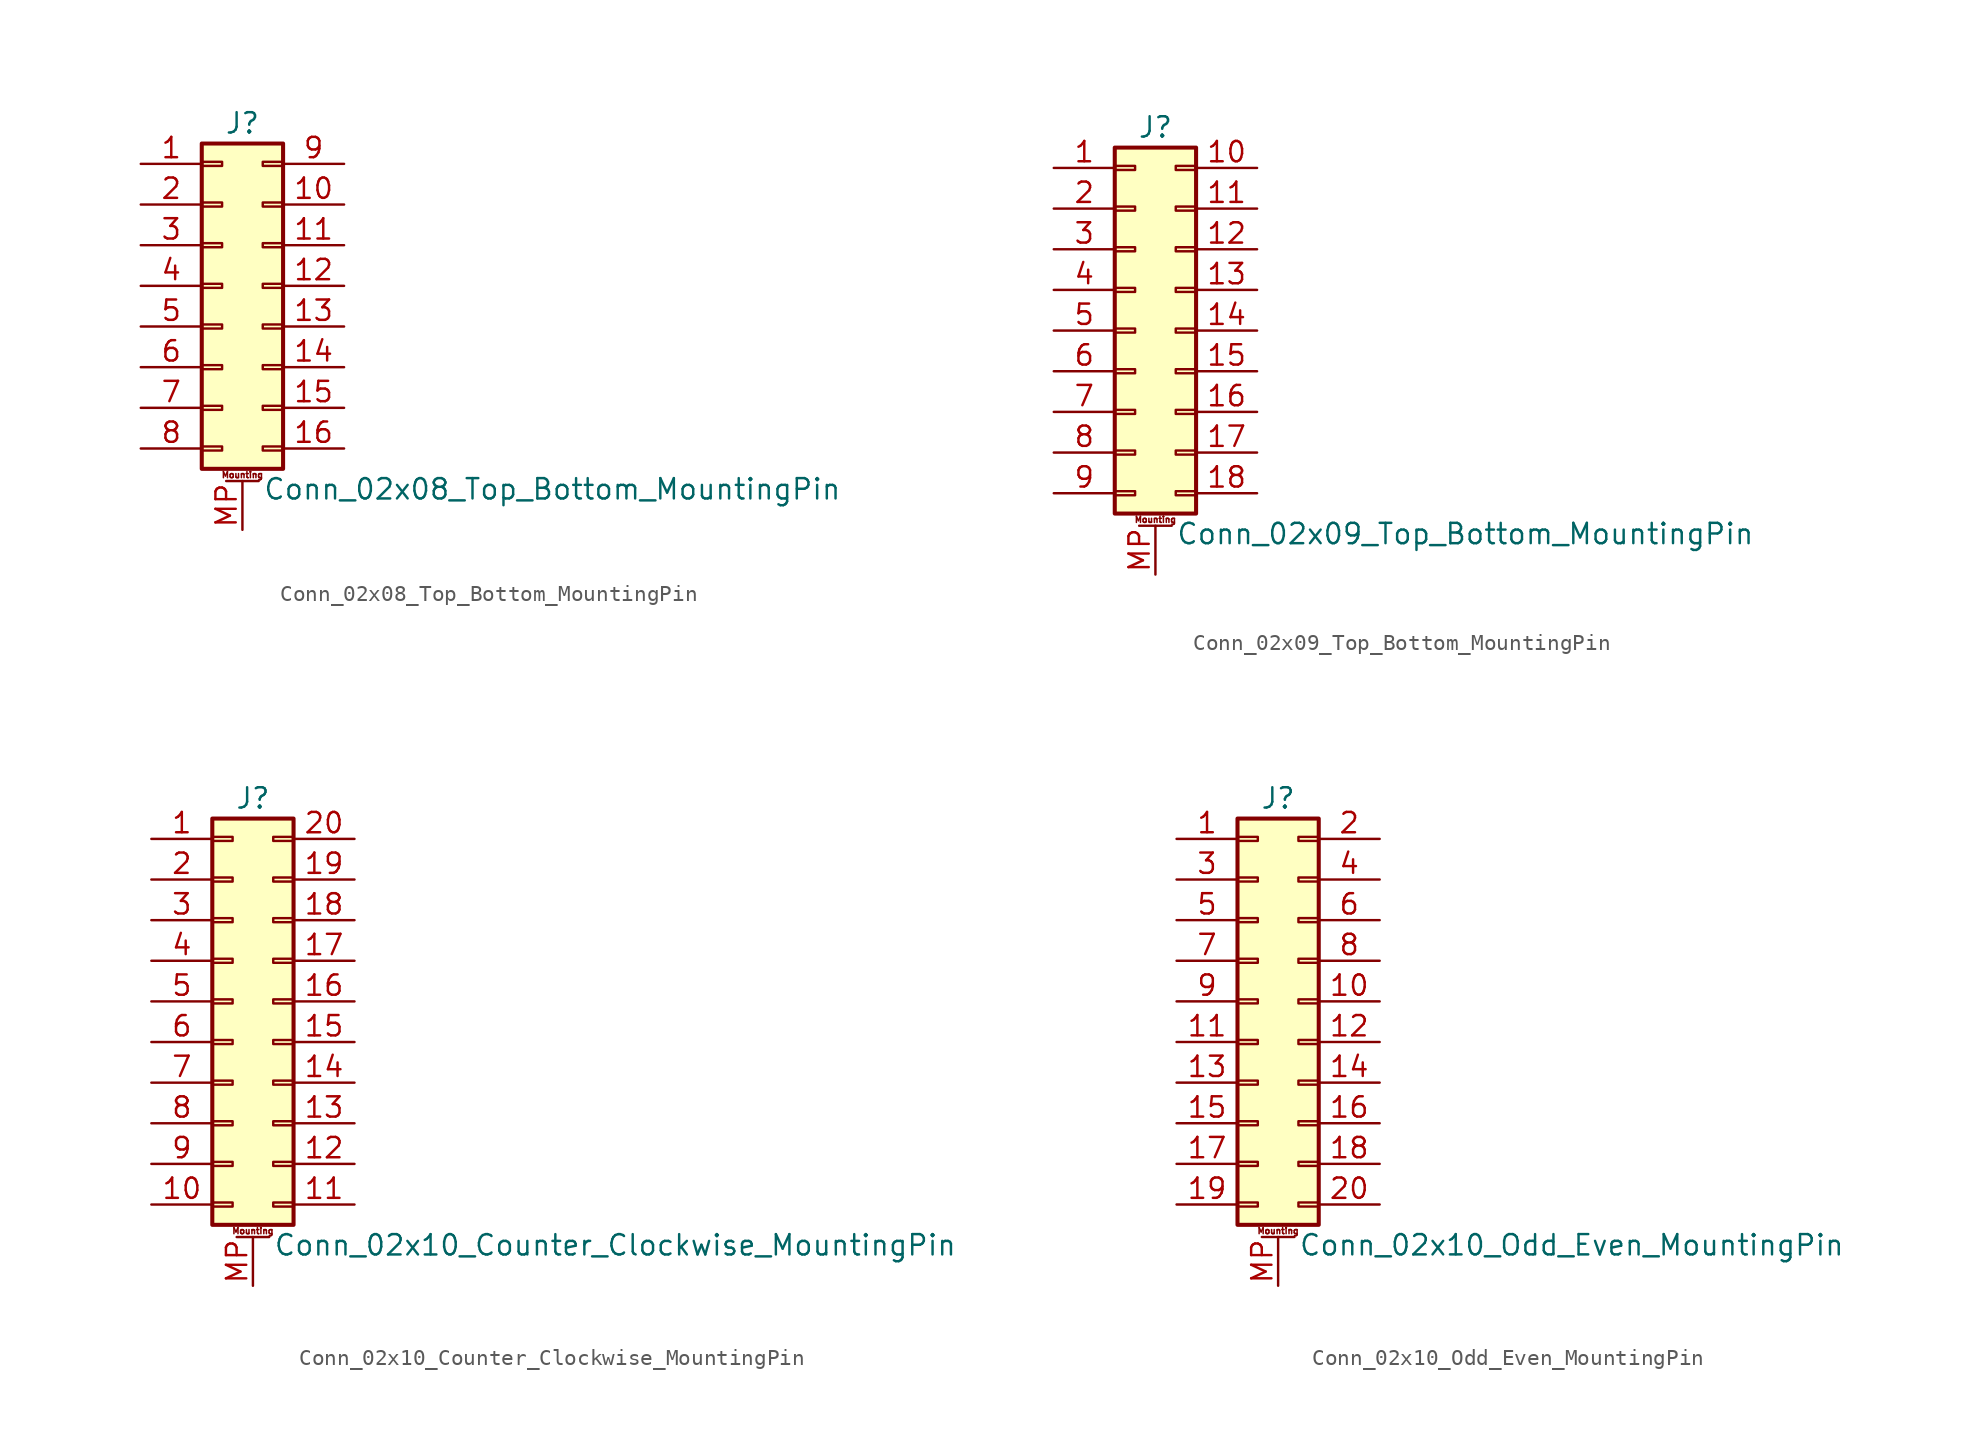
<source format=kicad_sym>
(kicad_symbol_lib
  (version 20201005)
  (generator kicad_symbol_editor)
  (symbol "Conn_02x08_Top_Bottom_MountingPin"
    (pin_names
      (offset 1.016) hide)
    (property "Reference" "J"
      (at 1.27 10.16 0)
      (effects (font (size 1.27 1.27))))
    (property "Value" "Conn_02x08_Top_Bottom_MountingPin"
      (at 2.54 -12.7 0)
      (effects (font (size 1.27 1.27)) (justify left)))
    (symbol "Conn_02x08_Top_Bottom_MountingPin_1_1"
      (text "Mounting" (at 1.27 -11.811 0) (effects (font (size 0.381 0.381))))
      (rectangle (start -1.27 -10.033) (end 0 -10.287) (stroke (width 0.152)) (fill (type none)))
      (rectangle (start -1.27 -7.493) (end 0 -7.747) (stroke (width 0.152)) (fill (type none)))
      (rectangle (start -1.27 -4.953) (end 0 -5.207) (stroke (width 0.152)) (fill (type none)))
      (rectangle (start -1.27 -2.413) (end 0 -2.667) (stroke (width 0.152)) (fill (type none)))
      (rectangle (start -1.27 0.127) (end 0 -0.127) (stroke (width 0.152)) (fill (type none)))
      (rectangle (start -1.27 2.667) (end 0 2.413) (stroke (width 0.152)) (fill (type none)))
      (rectangle (start -1.27 5.207) (end 0 4.953) (stroke (width 0.152)) (fill (type none)))
      (rectangle (start -1.27 7.747) (end 0 7.493) (stroke (width 0.152)) (fill (type none)))
      (rectangle (start -1.27 8.89) (end 3.81 -11.43) (stroke (width 0.254)) (fill (type background)))
      (rectangle (start 3.81 -10.033) (end 2.54 -10.287) (stroke (width 0.152)) (fill (type none)))
      (rectangle (start 3.81 -7.493) (end 2.54 -7.747) (stroke (width 0.152)) (fill (type none)))
      (rectangle (start 3.81 -4.953) (end 2.54 -5.207) (stroke (width 0.152)) (fill (type none)))
      (rectangle (start 3.81 -2.413) (end 2.54 -2.667) (stroke (width 0.152)) (fill (type none)))
      (rectangle (start 3.81 0.127) (end 2.54 -0.127) (stroke (width 0.152)) (fill (type none)))
      (rectangle (start 3.81 2.667) (end 2.54 2.413) (stroke (width 0.152)) (fill (type none)))
      (rectangle (start 3.81 5.207) (end 2.54 4.953) (stroke (width 0.152)) (fill (type none)))
      (rectangle (start 3.81 7.747) (end 2.54 7.493) (stroke (width 0.152)) (fill (type none)))
      (polyline (pts (xy 0.254 -12.192) (xy 2.286 -12.192)) (stroke (width 0.152)) (fill (type none)))
      (pin passive line (at -5.08 7.62 0) (length 3.81) (name "Pin_1" (effects (font (size 1.27 1.27)))) (number "1" (effects (font (size 1.27 1.27)))))
      (pin passive line (at 7.62 5.08 180) (length 3.81) (name "Pin_10" (effects (font (size 1.27 1.27)))) (number "10" (effects (font (size 1.27 1.27)))))
      (pin passive line (at 7.62 2.54 180) (length 3.81) (name "Pin_11" (effects (font (size 1.27 1.27)))) (number "11" (effects (font (size 1.27 1.27)))))
      (pin passive line (at 7.62 0 180) (length 3.81) (name "Pin_12" (effects (font (size 1.27 1.27)))) (number "12" (effects (font (size 1.27 1.27)))))
      (pin passive line (at 7.62 -2.54 180) (length 3.81) (name "Pin_13" (effects (font (size 1.27 1.27)))) (number "13" (effects (font (size 1.27 1.27)))))
      (pin passive line (at 7.62 -5.08 180) (length 3.81) (name "Pin_14" (effects (font (size 1.27 1.27)))) (number "14" (effects (font (size 1.27 1.27)))))
      (pin passive line (at 7.62 -7.62 180) (length 3.81) (name "Pin_15" (effects (font (size 1.27 1.27)))) (number "15" (effects (font (size 1.27 1.27)))))
      (pin passive line (at 7.62 -10.16 180) (length 3.81) (name "Pin_16" (effects (font (size 1.27 1.27)))) (number "16" (effects (font (size 1.27 1.27)))))
      (pin passive line (at -5.08 5.08 0) (length 3.81) (name "Pin_2" (effects (font (size 1.27 1.27)))) (number "2" (effects (font (size 1.27 1.27)))))
      (pin passive line (at -5.08 2.54 0) (length 3.81) (name "Pin_3" (effects (font (size 1.27 1.27)))) (number "3" (effects (font (size 1.27 1.27)))))
      (pin passive line (at -5.08 0 0) (length 3.81) (name "Pin_4" (effects (font (size 1.27 1.27)))) (number "4" (effects (font (size 1.27 1.27)))))
      (pin passive line (at -5.08 -2.54 0) (length 3.81) (name "Pin_5" (effects (font (size 1.27 1.27)))) (number "5" (effects (font (size 1.27 1.27)))))
      (pin passive line (at -5.08 -5.08 0) (length 3.81) (name "Pin_6" (effects (font (size 1.27 1.27)))) (number "6" (effects (font (size 1.27 1.27)))))
      (pin passive line (at -5.08 -7.62 0) (length 3.81) (name "Pin_7" (effects (font (size 1.27 1.27)))) (number "7" (effects (font (size 1.27 1.27)))))
      (pin passive line (at -5.08 -10.16 0) (length 3.81) (name "Pin_8" (effects (font (size 1.27 1.27)))) (number "8" (effects (font (size 1.27 1.27)))))
      (pin passive line (at 7.62 7.62 180) (length 3.81) (name "Pin_9" (effects (font (size 1.27 1.27)))) (number "9" (effects (font (size 1.27 1.27)))))
      (pin passive line (at 1.27 -15.24 90) (length 3.048) (name "MountPin" (effects (font (size 1.27 1.27)))) (number "MP" (effects (font (size 1.27 1.27)))))))
  (symbol "Conn_02x09_Top_Bottom_MountingPin"
    (pin_names
      (offset 1.016) hide)
    (property "Reference" "J"
      (at 1.27 12.7 0)
      (effects (font (size 1.27 1.27))))
    (property "Value" "Conn_02x09_Top_Bottom_MountingPin"
      (at 2.54 -12.7 0)
      (effects (font (size 1.27 1.27)) (justify left)))
    (symbol "Conn_02x09_Top_Bottom_MountingPin_1_1"
      (text "Mounting" (at 1.27 -11.811 0) (effects (font (size 0.381 0.381))))
      (rectangle (start -1.27 -10.033) (end 0 -10.287) (stroke (width 0.152)) (fill (type none)))
      (rectangle (start -1.27 -7.493) (end 0 -7.747) (stroke (width 0.152)) (fill (type none)))
      (rectangle (start -1.27 -4.953) (end 0 -5.207) (stroke (width 0.152)) (fill (type none)))
      (rectangle (start -1.27 -2.413) (end 0 -2.667) (stroke (width 0.152)) (fill (type none)))
      (rectangle (start -1.27 0.127) (end 0 -0.127) (stroke (width 0.152)) (fill (type none)))
      (rectangle (start -1.27 2.667) (end 0 2.413) (stroke (width 0.152)) (fill (type none)))
      (rectangle (start -1.27 5.207) (end 0 4.953) (stroke (width 0.152)) (fill (type none)))
      (rectangle (start -1.27 7.747) (end 0 7.493) (stroke (width 0.152)) (fill (type none)))
      (rectangle (start -1.27 10.287) (end 0 10.033) (stroke (width 0.152)) (fill (type none)))
      (rectangle (start -1.27 11.43) (end 3.81 -11.43) (stroke (width 0.254)) (fill (type background)))
      (rectangle (start 3.81 -10.033) (end 2.54 -10.287) (stroke (width 0.152)) (fill (type none)))
      (rectangle (start 3.81 -7.493) (end 2.54 -7.747) (stroke (width 0.152)) (fill (type none)))
      (rectangle (start 3.81 -4.953) (end 2.54 -5.207) (stroke (width 0.152)) (fill (type none)))
      (rectangle (start 3.81 -2.413) (end 2.54 -2.667) (stroke (width 0.152)) (fill (type none)))
      (rectangle (start 3.81 0.127) (end 2.54 -0.127) (stroke (width 0.152)) (fill (type none)))
      (rectangle (start 3.81 2.667) (end 2.54 2.413) (stroke (width 0.152)) (fill (type none)))
      (rectangle (start 3.81 5.207) (end 2.54 4.953) (stroke (width 0.152)) (fill (type none)))
      (rectangle (start 3.81 7.747) (end 2.54 7.493) (stroke (width 0.152)) (fill (type none)))
      (rectangle (start 3.81 10.287) (end 2.54 10.033) (stroke (width 0.152)) (fill (type none)))
      (polyline (pts (xy 0.254 -12.192) (xy 2.286 -12.192)) (stroke (width 0.152)) (fill (type none)))
      (pin passive line (at -5.08 10.16 0) (length 3.81) (name "Pin_1" (effects (font (size 1.27 1.27)))) (number "1" (effects (font (size 1.27 1.27)))))
      (pin passive line (at 7.62 10.16 180) (length 3.81) (name "Pin_10" (effects (font (size 1.27 1.27)))) (number "10" (effects (font (size 1.27 1.27)))))
      (pin passive line (at 7.62 7.62 180) (length 3.81) (name "Pin_11" (effects (font (size 1.27 1.27)))) (number "11" (effects (font (size 1.27 1.27)))))
      (pin passive line (at 7.62 5.08 180) (length 3.81) (name "Pin_12" (effects (font (size 1.27 1.27)))) (number "12" (effects (font (size 1.27 1.27)))))
      (pin passive line (at 7.62 2.54 180) (length 3.81) (name "Pin_13" (effects (font (size 1.27 1.27)))) (number "13" (effects (font (size 1.27 1.27)))))
      (pin passive line (at 7.62 0 180) (length 3.81) (name "Pin_14" (effects (font (size 1.27 1.27)))) (number "14" (effects (font (size 1.27 1.27)))))
      (pin passive line (at 7.62 -2.54 180) (length 3.81) (name "Pin_15" (effects (font (size 1.27 1.27)))) (number "15" (effects (font (size 1.27 1.27)))))
      (pin passive line (at 7.62 -5.08 180) (length 3.81) (name "Pin_16" (effects (font (size 1.27 1.27)))) (number "16" (effects (font (size 1.27 1.27)))))
      (pin passive line (at 7.62 -7.62 180) (length 3.81) (name "Pin_17" (effects (font (size 1.27 1.27)))) (number "17" (effects (font (size 1.27 1.27)))))
      (pin passive line (at 7.62 -10.16 180) (length 3.81) (name "Pin_18" (effects (font (size 1.27 1.27)))) (number "18" (effects (font (size 1.27 1.27)))))
      (pin passive line (at -5.08 7.62 0) (length 3.81) (name "Pin_2" (effects (font (size 1.27 1.27)))) (number "2" (effects (font (size 1.27 1.27)))))
      (pin passive line (at -5.08 5.08 0) (length 3.81) (name "Pin_3" (effects (font (size 1.27 1.27)))) (number "3" (effects (font (size 1.27 1.27)))))
      (pin passive line (at -5.08 2.54 0) (length 3.81) (name "Pin_4" (effects (font (size 1.27 1.27)))) (number "4" (effects (font (size 1.27 1.27)))))
      (pin passive line (at -5.08 0 0) (length 3.81) (name "Pin_5" (effects (font (size 1.27 1.27)))) (number "5" (effects (font (size 1.27 1.27)))))
      (pin passive line (at -5.08 -2.54 0) (length 3.81) (name "Pin_6" (effects (font (size 1.27 1.27)))) (number "6" (effects (font (size 1.27 1.27)))))
      (pin passive line (at -5.08 -5.08 0) (length 3.81) (name "Pin_7" (effects (font (size 1.27 1.27)))) (number "7" (effects (font (size 1.27 1.27)))))
      (pin passive line (at -5.08 -7.62 0) (length 3.81) (name "Pin_8" (effects (font (size 1.27 1.27)))) (number "8" (effects (font (size 1.27 1.27)))))
      (pin passive line (at -5.08 -10.16 0) (length 3.81) (name "Pin_9" (effects (font (size 1.27 1.27)))) (number "9" (effects (font (size 1.27 1.27)))))
      (pin passive line (at 1.27 -15.24 90) (length 3.048) (name "MountPin" (effects (font (size 1.27 1.27)))) (number "MP" (effects (font (size 1.27 1.27)))))))
  (symbol "Conn_02x10_Counter_Clockwise_MountingPin"
    (pin_names
      (offset 1.016) hide)
    (property "Reference" "J"
      (at 1.27 12.7 0)
      (effects (font (size 1.27 1.27))))
    (property "Value" "Conn_02x10_Counter_Clockwise_MountingPin"
      (at 2.54 -15.24 0)
      (effects (font (size 1.27 1.27)) (justify left)))
    (symbol "Conn_02x10_Counter_Clockwise_MountingPin_1_1"
      (text "Mounting" (at 1.27 -14.351 0) (effects (font (size 0.381 0.381))))
      (rectangle (start -1.27 -12.573) (end 0 -12.827) (stroke (width 0.152)) (fill (type none)))
      (rectangle (start -1.27 -10.033) (end 0 -10.287) (stroke (width 0.152)) (fill (type none)))
      (rectangle (start -1.27 -7.493) (end 0 -7.747) (stroke (width 0.152)) (fill (type none)))
      (rectangle (start -1.27 -4.953) (end 0 -5.207) (stroke (width 0.152)) (fill (type none)))
      (rectangle (start -1.27 -2.413) (end 0 -2.667) (stroke (width 0.152)) (fill (type none)))
      (rectangle (start -1.27 0.127) (end 0 -0.127) (stroke (width 0.152)) (fill (type none)))
      (rectangle (start -1.27 2.667) (end 0 2.413) (stroke (width 0.152)) (fill (type none)))
      (rectangle (start -1.27 5.207) (end 0 4.953) (stroke (width 0.152)) (fill (type none)))
      (rectangle (start -1.27 7.747) (end 0 7.493) (stroke (width 0.152)) (fill (type none)))
      (rectangle (start -1.27 10.287) (end 0 10.033) (stroke (width 0.152)) (fill (type none)))
      (rectangle (start -1.27 11.43) (end 3.81 -13.97) (stroke (width 0.254)) (fill (type background)))
      (rectangle (start 3.81 -12.573) (end 2.54 -12.827) (stroke (width 0.152)) (fill (type none)))
      (rectangle (start 3.81 -10.033) (end 2.54 -10.287) (stroke (width 0.152)) (fill (type none)))
      (rectangle (start 3.81 -7.493) (end 2.54 -7.747) (stroke (width 0.152)) (fill (type none)))
      (rectangle (start 3.81 -4.953) (end 2.54 -5.207) (stroke (width 0.152)) (fill (type none)))
      (rectangle (start 3.81 -2.413) (end 2.54 -2.667) (stroke (width 0.152)) (fill (type none)))
      (rectangle (start 3.81 0.127) (end 2.54 -0.127) (stroke (width 0.152)) (fill (type none)))
      (rectangle (start 3.81 2.667) (end 2.54 2.413) (stroke (width 0.152)) (fill (type none)))
      (rectangle (start 3.81 5.207) (end 2.54 4.953) (stroke (width 0.152)) (fill (type none)))
      (rectangle (start 3.81 7.747) (end 2.54 7.493) (stroke (width 0.152)) (fill (type none)))
      (rectangle (start 3.81 10.287) (end 2.54 10.033) (stroke (width 0.152)) (fill (type none)))
      (polyline (pts (xy 0.254 -14.732) (xy 2.286 -14.732)) (stroke (width 0.152)) (fill (type none)))
      (pin passive line (at -5.08 10.16 0) (length 3.81) (name "Pin_1" (effects (font (size 1.27 1.27)))) (number "1" (effects (font (size 1.27 1.27)))))
      (pin passive line (at -5.08 -12.7 0) (length 3.81) (name "Pin_10" (effects (font (size 1.27 1.27)))) (number "10" (effects (font (size 1.27 1.27)))))
      (pin passive line (at 7.62 -12.7 180) (length 3.81) (name "Pin_11" (effects (font (size 1.27 1.27)))) (number "11" (effects (font (size 1.27 1.27)))))
      (pin passive line (at 7.62 -10.16 180) (length 3.81) (name "Pin_12" (effects (font (size 1.27 1.27)))) (number "12" (effects (font (size 1.27 1.27)))))
      (pin passive line (at 7.62 -7.62 180) (length 3.81) (name "Pin_13" (effects (font (size 1.27 1.27)))) (number "13" (effects (font (size 1.27 1.27)))))
      (pin passive line (at 7.62 -5.08 180) (length 3.81) (name "Pin_14" (effects (font (size 1.27 1.27)))) (number "14" (effects (font (size 1.27 1.27)))))
      (pin passive line (at 7.62 -2.54 180) (length 3.81) (name "Pin_15" (effects (font (size 1.27 1.27)))) (number "15" (effects (font (size 1.27 1.27)))))
      (pin passive line (at 7.62 0 180) (length 3.81) (name "Pin_16" (effects (font (size 1.27 1.27)))) (number "16" (effects (font (size 1.27 1.27)))))
      (pin passive line (at 7.62 2.54 180) (length 3.81) (name "Pin_17" (effects (font (size 1.27 1.27)))) (number "17" (effects (font (size 1.27 1.27)))))
      (pin passive line (at 7.62 5.08 180) (length 3.81) (name "Pin_18" (effects (font (size 1.27 1.27)))) (number "18" (effects (font (size 1.27 1.27)))))
      (pin passive line (at 7.62 7.62 180) (length 3.81) (name "Pin_19" (effects (font (size 1.27 1.27)))) (number "19" (effects (font (size 1.27 1.27)))))
      (pin passive line (at -5.08 7.62 0) (length 3.81) (name "Pin_2" (effects (font (size 1.27 1.27)))) (number "2" (effects (font (size 1.27 1.27)))))
      (pin passive line (at 7.62 10.16 180) (length 3.81) (name "Pin_20" (effects (font (size 1.27 1.27)))) (number "20" (effects (font (size 1.27 1.27)))))
      (pin passive line (at -5.08 5.08 0) (length 3.81) (name "Pin_3" (effects (font (size 1.27 1.27)))) (number "3" (effects (font (size 1.27 1.27)))))
      (pin passive line (at -5.08 2.54 0) (length 3.81) (name "Pin_4" (effects (font (size 1.27 1.27)))) (number "4" (effects (font (size 1.27 1.27)))))
      (pin passive line (at -5.08 0 0) (length 3.81) (name "Pin_5" (effects (font (size 1.27 1.27)))) (number "5" (effects (font (size 1.27 1.27)))))
      (pin passive line (at -5.08 -2.54 0) (length 3.81) (name "Pin_6" (effects (font (size 1.27 1.27)))) (number "6" (effects (font (size 1.27 1.27)))))
      (pin passive line (at -5.08 -5.08 0) (length 3.81) (name "Pin_7" (effects (font (size 1.27 1.27)))) (number "7" (effects (font (size 1.27 1.27)))))
      (pin passive line (at -5.08 -7.62 0) (length 3.81) (name "Pin_8" (effects (font (size 1.27 1.27)))) (number "8" (effects (font (size 1.27 1.27)))))
      (pin passive line (at -5.08 -10.16 0) (length 3.81) (name "Pin_9" (effects (font (size 1.27 1.27)))) (number "9" (effects (font (size 1.27 1.27)))))
      (pin passive line (at 1.27 -17.78 90) (length 3.048) (name "MountPin" (effects (font (size 1.27 1.27)))) (number "MP" (effects (font (size 1.27 1.27)))))))
  (symbol "Conn_02x10_Odd_Even_MountingPin"
    (pin_names
      (offset 1.016) hide)
    (property "Reference" "J"
      (at 1.27 12.7 0)
      (effects (font (size 1.27 1.27))))
    (property "Value" "Conn_02x10_Odd_Even_MountingPin"
      (at 2.54 -15.24 0)
      (effects (font (size 1.27 1.27)) (justify left)))
    (symbol "Conn_02x10_Odd_Even_MountingPin_1_1"
      (text "Mounting" (at 1.27 -14.351 0) (effects (font (size 0.381 0.381))))
      (rectangle (start -1.27 -12.573) (end 0 -12.827) (stroke (width 0.152)) (fill (type none)))
      (rectangle (start -1.27 -10.033) (end 0 -10.287) (stroke (width 0.152)) (fill (type none)))
      (rectangle (start -1.27 -7.493) (end 0 -7.747) (stroke (width 0.152)) (fill (type none)))
      (rectangle (start -1.27 -4.953) (end 0 -5.207) (stroke (width 0.152)) (fill (type none)))
      (rectangle (start -1.27 -2.413) (end 0 -2.667) (stroke (width 0.152)) (fill (type none)))
      (rectangle (start -1.27 0.127) (end 0 -0.127) (stroke (width 0.152)) (fill (type none)))
      (rectangle (start -1.27 2.667) (end 0 2.413) (stroke (width 0.152)) (fill (type none)))
      (rectangle (start -1.27 5.207) (end 0 4.953) (stroke (width 0.152)) (fill (type none)))
      (rectangle (start -1.27 7.747) (end 0 7.493) (stroke (width 0.152)) (fill (type none)))
      (rectangle (start -1.27 10.287) (end 0 10.033) (stroke (width 0.152)) (fill (type none)))
      (rectangle (start -1.27 11.43) (end 3.81 -13.97) (stroke (width 0.254)) (fill (type background)))
      (rectangle (start 3.81 -12.573) (end 2.54 -12.827) (stroke (width 0.152)) (fill (type none)))
      (rectangle (start 3.81 -10.033) (end 2.54 -10.287) (stroke (width 0.152)) (fill (type none)))
      (rectangle (start 3.81 -7.493) (end 2.54 -7.747) (stroke (width 0.152)) (fill (type none)))
      (rectangle (start 3.81 -4.953) (end 2.54 -5.207) (stroke (width 0.152)) (fill (type none)))
      (rectangle (start 3.81 -2.413) (end 2.54 -2.667) (stroke (width 0.152)) (fill (type none)))
      (rectangle (start 3.81 0.127) (end 2.54 -0.127) (stroke (width 0.152)) (fill (type none)))
      (rectangle (start 3.81 2.667) (end 2.54 2.413) (stroke (width 0.152)) (fill (type none)))
      (rectangle (start 3.81 5.207) (end 2.54 4.953) (stroke (width 0.152)) (fill (type none)))
      (rectangle (start 3.81 7.747) (end 2.54 7.493) (stroke (width 0.152)) (fill (type none)))
      (rectangle (start 3.81 10.287) (end 2.54 10.033) (stroke (width 0.152)) (fill (type none)))
      (polyline (pts (xy 0.254 -14.732) (xy 2.286 -14.732)) (stroke (width 0.152)) (fill (type none)))
      (pin passive line (at -5.08 10.16 0) (length 3.81) (name "Pin_1" (effects (font (size 1.27 1.27)))) (number "1" (effects (font (size 1.27 1.27)))))
      (pin passive line (at 7.62 0 180) (length 3.81) (name "Pin_10" (effects (font (size 1.27 1.27)))) (number "10" (effects (font (size 1.27 1.27)))))
      (pin passive line (at -5.08 -2.54 0) (length 3.81) (name "Pin_11" (effects (font (size 1.27 1.27)))) (number "11" (effects (font (size 1.27 1.27)))))
      (pin passive line (at 7.62 -2.54 180) (length 3.81) (name "Pin_12" (effects (font (size 1.27 1.27)))) (number "12" (effects (font (size 1.27 1.27)))))
      (pin passive line (at -5.08 -5.08 0) (length 3.81) (name "Pin_13" (effects (font (size 1.27 1.27)))) (number "13" (effects (font (size 1.27 1.27)))))
      (pin passive line (at 7.62 -5.08 180) (length 3.81) (name "Pin_14" (effects (font (size 1.27 1.27)))) (number "14" (effects (font (size 1.27 1.27)))))
      (pin passive line (at -5.08 -7.62 0) (length 3.81) (name "Pin_15" (effects (font (size 1.27 1.27)))) (number "15" (effects (font (size 1.27 1.27)))))
      (pin passive line (at 7.62 -7.62 180) (length 3.81) (name "Pin_16" (effects (font (size 1.27 1.27)))) (number "16" (effects (font (size 1.27 1.27)))))
      (pin passive line (at -5.08 -10.16 0) (length 3.81) (name "Pin_17" (effects (font (size 1.27 1.27)))) (number "17" (effects (font (size 1.27 1.27)))))
      (pin passive line (at 7.62 -10.16 180) (length 3.81) (name "Pin_18" (effects (font (size 1.27 1.27)))) (number "18" (effects (font (size 1.27 1.27)))))
      (pin passive line (at -5.08 -12.7 0) (length 3.81) (name "Pin_19" (effects (font (size 1.27 1.27)))) (number "19" (effects (font (size 1.27 1.27)))))
      (pin passive line (at 7.62 10.16 180) (length 3.81) (name "Pin_2" (effects (font (size 1.27 1.27)))) (number "2" (effects (font (size 1.27 1.27)))))
      (pin passive line (at 7.62 -12.7 180) (length 3.81) (name "Pin_20" (effects (font (size 1.27 1.27)))) (number "20" (effects (font (size 1.27 1.27)))))
      (pin passive line (at -5.08 7.62 0) (length 3.81) (name "Pin_3" (effects (font (size 1.27 1.27)))) (number "3" (effects (font (size 1.27 1.27)))))
      (pin passive line (at 7.62 7.62 180) (length 3.81) (name "Pin_4" (effects (font (size 1.27 1.27)))) (number "4" (effects (font (size 1.27 1.27)))))
      (pin passive line (at -5.08 5.08 0) (length 3.81) (name "Pin_5" (effects (font (size 1.27 1.27)))) (number "5" (effects (font (size 1.27 1.27)))))
      (pin passive line (at 7.62 5.08 180) (length 3.81) (name "Pin_6" (effects (font (size 1.27 1.27)))) (number "6" (effects (font (size 1.27 1.27)))))
      (pin passive line (at -5.08 2.54 0) (length 3.81) (name "Pin_7" (effects (font (size 1.27 1.27)))) (number "7" (effects (font (size 1.27 1.27)))))
      (pin passive line (at 7.62 2.54 180) (length 3.81) (name "Pin_8" (effects (font (size 1.27 1.27)))) (number "8" (effects (font (size 1.27 1.27)))))
      (pin passive line (at -5.08 0 0) (length 3.81) (name "Pin_9" (effects (font (size 1.27 1.27)))) (number "9" (effects (font (size 1.27 1.27)))))
      (pin passive line (at 1.27 -17.78 90) (length 3.048) (name "MountPin" (effects (font (size 1.27 1.27)))) (number "MP" (effects (font (size 1.27 1.27))))))))
</source>
